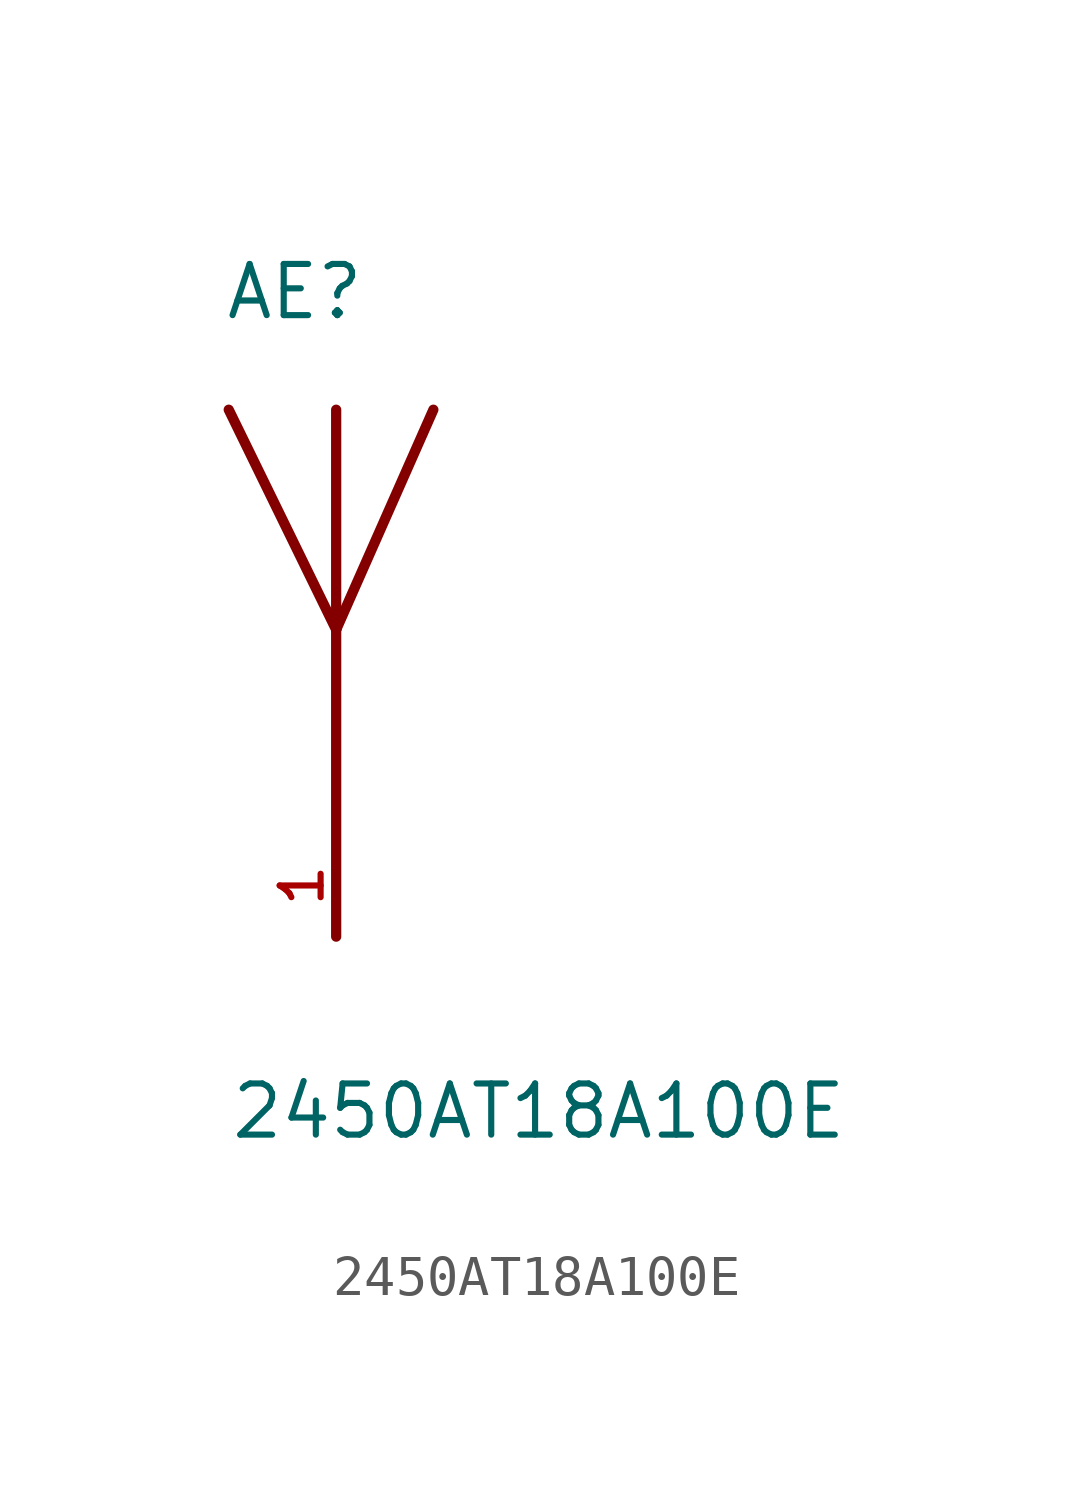
<source format=kicad_sym>
(kicad_symbol_lib
  (version 20241209)
  (generator "kicad_symbol_editor")
  (generator_version "9.0")
  (symbol "2450AT18A100E"
    (pin_names
      (offset 1.016))
    (property "Reference" "AE"
      (at -2.793 10.186 0)
      (effects (font (size 1.27 1.27)) (justify left bottom)))
    (property "Value" "2450AT18A100E"
      (at -2.661 -10.158 0)
      (effects (font (size 1.27 1.27)) (justify left bottom)))
    (symbol "2450AT18A100E_0_0"
      (polyline (pts (xy 0 8.001) (xy 0 2.54)) (stroke (width 0.254) (type default)) (fill (type none)))
      (polyline (pts (xy 0 2.54) (xy -2.667 8.001)) (stroke (width 0.254) (type default)) (fill (type none)))
      (polyline (pts (xy 0 2.54) (xy 0 -5.08)) (stroke (width 0.254) (type default)) (fill (type none)))
      (polyline (pts (xy 2.413 8.001) (xy 0 2.54)) (stroke (width 0.254) (type default)) (fill (type none)))
      (pin input line (at 0 -5.08 90) (length 2.54) (name "~" (effects (font (size 1.016 1.016)))) (number "1" (effects (font (size 1.016 1.016))))))))
</source>
